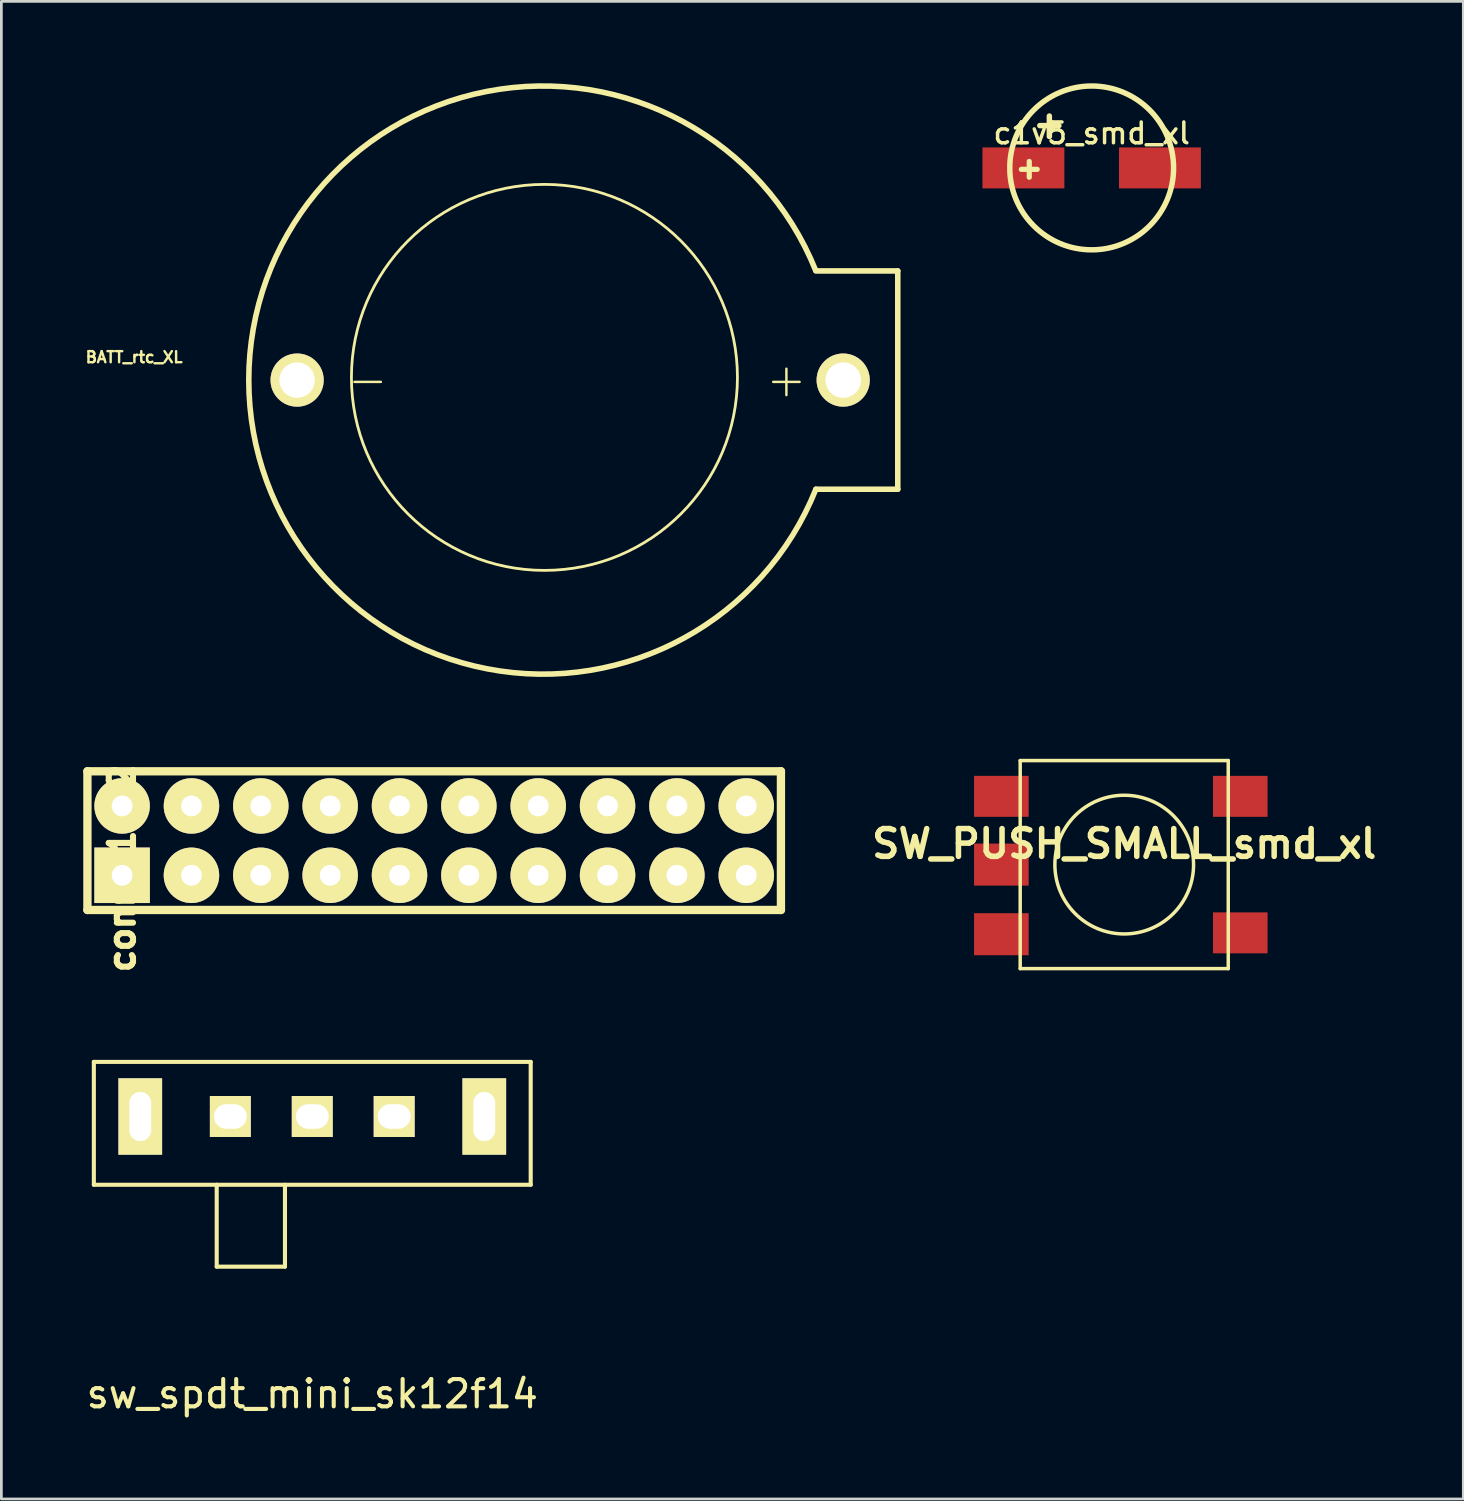
<source format=kicad_pcb>
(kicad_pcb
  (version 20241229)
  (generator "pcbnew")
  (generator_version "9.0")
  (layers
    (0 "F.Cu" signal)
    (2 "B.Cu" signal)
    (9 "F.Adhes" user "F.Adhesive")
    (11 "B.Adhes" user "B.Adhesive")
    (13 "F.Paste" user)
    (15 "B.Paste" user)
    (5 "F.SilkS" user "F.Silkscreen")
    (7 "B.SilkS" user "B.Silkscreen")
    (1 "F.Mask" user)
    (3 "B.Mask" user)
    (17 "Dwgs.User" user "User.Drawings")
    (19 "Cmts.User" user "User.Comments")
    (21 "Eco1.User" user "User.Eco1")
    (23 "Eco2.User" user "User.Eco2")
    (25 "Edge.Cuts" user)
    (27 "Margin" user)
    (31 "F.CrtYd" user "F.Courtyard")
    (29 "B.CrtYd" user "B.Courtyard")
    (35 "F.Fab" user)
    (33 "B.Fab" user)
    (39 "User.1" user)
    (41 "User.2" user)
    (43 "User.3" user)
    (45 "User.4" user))
  (footprint "c1v5_smd_xl"
    (layer "F.Cu")
    (at 36.933 3.1)
    (property "Reference" "c1v5_smd_xl" (at 0 -1.267 0) (layer "F.SilkS") (effects (font (size 0.762 0.762) (thickness 0.127))))
    (attr through_hole)
    (fp_line (start -1.9 -1.55) (end -1.2 -1.55) (stroke (width 0.2) (type solid)) (layer "F.SilkS"))
    (fp_line (start -1.55 -1.15) (end -1.55 -1.9) (stroke (width 0.2) (type solid)) (layer "F.SilkS"))
    (fp_circle (center 0 0) (end -3 0) (stroke (width 0.2) (type solid)) (fill no) (layer "F.SilkS"))
    (fp_text user "+" (at -2.286 0 0) (layer "F.SilkS") (effects (font (size 0.762 0.762) (thickness 0.191))))
    (pad "1" smd rect (at -2.5 0) (size 3 1.5) (layers "F.Cu" "F.Mask" "F.Paste"))
    (pad "2" smd rect (at 2.5 0) (size 3 1.501) (layers "F.Cu" "F.Mask" "F.Paste")))
  (footprint "conn-10x2"
    (layer "F.Cu")
    (at 1.422 29.008)
    (property "Reference" "conn-10x2" (at 0 -0.254 270) (layer "F.SilkS") (effects (font (size 0.889 0.889) (thickness 0.305))))
    (attr through_hole)
    (fp_line (start -1.27 -3.81) (end -1.27 1.27) (stroke (width 0.305) (type solid)) (layer "F.SilkS"))
    (fp_line (start -1.27 1.27) (end 24.13 1.27) (stroke (width 0.305) (type solid)) (layer "F.SilkS"))
    (fp_line (start 24.13 -3.81) (end -1.27 -3.81) (stroke (width 0.305) (type solid)) (layer "F.SilkS"))
    (fp_line (start 24.13 1.27) (end 24.13 -3.81) (stroke (width 0.305) (type solid)) (layer "F.SilkS"))
    (pad "1" thru_hole rect (at 0 0) (size 2.032 2.032) (drill 0.762) (layers "*.Cu" "*.Mask" "F.SilkS"))
    (pad "2" thru_hole circle (at 0 -2.54 180) (size 2.032 2.032) (drill 0.762) (layers "*.Cu" "*.Mask" "F.SilkS"))
    (pad "3" thru_hole circle (at 2.54 0) (size 2.032 2.032) (drill 0.762) (layers "*.Cu" "*.Mask" "F.SilkS"))
    (pad "4" thru_hole circle (at 2.54 -2.54 180) (size 2.032 2.032) (drill 0.762) (layers "*.Cu" "*.Mask" "F.SilkS"))
    (pad "5" thru_hole circle (at 5.08 0) (size 2.032 2.032) (drill 0.762) (layers "*.Cu" "*.Mask" "F.SilkS"))
    (pad "6" thru_hole circle (at 5.08 -2.54 180) (size 2.032 2.032) (drill 0.762) (layers "*.Cu" "*.Mask" "F.SilkS"))
    (pad "7" thru_hole circle (at 7.62 0) (size 2.032 2.032) (drill 0.762) (layers "*.Cu" "*.Mask" "F.SilkS"))
    (pad "8" thru_hole circle (at 7.62 -2.54 180) (size 2.032 2.032) (drill 0.762) (layers "*.Cu" "*.Mask" "F.SilkS"))
    (pad "9" thru_hole circle (at 10.16 0) (size 2.032 2.032) (drill 0.762) (layers "*.Cu" "*.Mask" "F.SilkS"))
    (pad "10" thru_hole circle (at 10.16 -2.54 180) (size 2.032 2.032) (drill 0.762) (layers "*.Cu" "*.Mask" "F.SilkS"))
    (pad "11" thru_hole circle (at 12.7 0) (size 2.032 2.032) (drill 0.762) (layers "*.Cu" "*.Mask" "F.SilkS"))
    (pad "12" thru_hole circle (at 12.7 -2.54 180) (size 2.032 2.032) (drill 0.762) (layers "*.Cu" "*.Mask" "F.SilkS"))
    (pad "13" thru_hole circle (at 15.24 0) (size 2.032 2.032) (drill 0.762) (layers "*.Cu" "*.Mask" "F.SilkS"))
    (pad "14" thru_hole circle (at 15.24 -2.54 180) (size 2.032 2.032) (drill 0.762) (layers "*.Cu" "*.Mask" "F.SilkS"))
    (pad "15" thru_hole circle (at 17.78 0) (size 2.032 2.032) (drill 0.762) (layers "*.Cu" "*.Mask" "F.SilkS"))
    (pad "16" thru_hole circle (at 17.78 -2.54 180) (size 2.032 2.032) (drill 0.762) (layers "*.Cu" "*.Mask" "F.SilkS"))
    (pad "17" thru_hole circle (at 20.32 0) (size 2.032 2.032) (drill 0.762) (layers "*.Cu" "*.Mask" "F.SilkS"))
    (pad "18" thru_hole circle (at 20.32 -2.54 180) (size 2.032 2.032) (drill 0.762) (layers "*.Cu" "*.Mask" "F.SilkS"))
    (pad "19" thru_hole circle (at 22.86 0) (size 2.032 2.032) (drill 0.762) (layers "*.Cu" "*.Mask" "F.SilkS"))
    (pad "20" thru_hole circle (at 22.86 -2.54 180) (size 2.032 2.032) (drill 0.762) (layers "*.Cu" "*.Mask" "F.SilkS")))
  (footprint "SW_PUSH_SMALL_smd_xl"
    (layer "F.Cu")
    (at 38.125 28.616)
    (property "Reference" "SW_PUSH_SMALL_smd_xl" (at 0 -0.762 0) (layer "F.SilkS") (effects (font (size 1.016 1.016) (thickness 0.203))))
    (attr through_hole)
    (fp_line (start -3.81 -3.81) (end -3.81 3.81) (stroke (width 0.127) (type solid)) (layer "F.SilkS"))
    (fp_line (start -3.81 -3.81) (end 3.81 -3.81) (stroke (width 0.127) (type solid)) (layer "F.SilkS"))
    (fp_line (start 3.81 -3.81) (end 3.81 3.81) (stroke (width 0.127) (type solid)) (layer "F.SilkS"))
    (fp_line (start 3.81 3.81) (end -3.81 3.81) (stroke (width 0.127) (type solid)) (layer "F.SilkS"))
    (fp_circle (center 0 0) (end 0 -2.54) (stroke (width 0.127) (type solid)) (fill no) (layer "F.SilkS"))
    (pad "1" smd rect (at -4.5 -2.5) (size 2 1.5) (layers "F.Cu" "F.Mask" "F.Paste"))
    (pad "1" smd rect (at 4.25 -2.5) (size 2 1.5) (layers "F.Cu" "F.Mask" "F.Paste"))
    (pad "2" smd rect (at -4.5 2.55) (size 2 1.54) (layers "F.Cu" "F.Mask" "F.Paste"))
    (pad "2" smd rect (at 4.25 2.5) (size 2 1.5) (layers "F.Cu" "F.Mask" "F.Paste"))
    (pad "3" smd rect (at -4.5 0) (size 2 1.54) (layers "F.Cu" "F.Mask" "F.Paste")))
  (footprint "sw_spdt_mini_sk12f14"
    (layer "F.Cu")
    (at 8.387 37.842)
    (property "Reference" "sw_spdt_mini_sk12f14" (at 0 10.16 0) (layer "F.SilkS") (effects (font (size 1 1) (thickness 0.15))))
    (attr through_hole)
    (fp_line (start -8 -2) (end -8 2.5) (stroke (width 0.15) (type solid)) (layer "F.SilkS"))
    (fp_line (start -8 2.5) (end 8 2.5) (stroke (width 0.15) (type solid)) (layer "F.SilkS"))
    (fp_line (start -3.5 2.5) (end -3.5 5.5) (stroke (width 0.15) (type solid)) (layer "F.SilkS"))
    (fp_line (start -3.5 5.5) (end -1 5.5) (stroke (width 0.15) (type solid)) (layer "F.SilkS"))
    (fp_line (start -1 5.5) (end -1 2.5) (stroke (width 0.15) (type solid)) (layer "F.SilkS"))
    (fp_line (start 8 -2) (end -8 -2) (stroke (width 0.15) (type solid)) (layer "F.SilkS"))
    (fp_line (start 8 2.5) (end 8 -2) (stroke (width 0.15) (type solid)) (layer "F.SilkS"))
    (pad "1" thru_hole rect (at -3 0) (size 1.5 1.5) (drill oval 1.2 0.9) (layers "*.Cu" "*.Mask" "F.SilkS"))
    (pad "2" thru_hole rect (at 0 0) (size 1.5 1.5) (drill oval 1.2 0.9) (layers "*.Cu" "*.Mask" "F.SilkS"))
    (pad "3" thru_hole rect (at 3 0) (size 1.5 1.5) (drill oval 1.2 0.9) (layers "*.Cu" "*.Mask" "F.SilkS"))
    (pad "NC" thru_hole rect (at -6.3 0) (size 1.6 2.8) (drill oval 0.8 1.8) (layers "*.Cu" "*.Mask" "F.SilkS"))
    (pad "NC" thru_hole rect (at 6.3 0) (size 1.6 2.8) (drill oval 0.8 1.8) (layers "*.Cu" "*.Mask" "F.SilkS")))
  (footprint "BATT_rtc_XL"
    (layer "F.Cu")
    (at 7.832 10.871)
    (property "Reference" "BATT_rtc_XL" (at -5.969 -0.838 0) (layer "F.SilkS") (effects (font (size 0.406 0.406) (thickness 0.089))))
    (attr exclude_from_pos_files exclude_from_bom)
    (fp_line (start 18.999 -3.998) (end 21.999 -3.998) (stroke (width 0.203) (type solid)) (layer "F.SilkS"))
    (fp_line (start 21.999 -3.998) (end 21.999 3.998) (stroke (width 0.203) (type solid)) (layer "F.SilkS"))
    (fp_line (start 21.999 3.998) (end 18.999 3.998) (stroke (width 0.203) (type solid)) (layer "F.SilkS"))
    (fp_arc (start 18.9992 3.99796) (mid -1.770328 0.01102) (end 18.990997 -4.018417) (stroke (width 0.2032) (type solid)) (layer "F.SilkS"))
    (fp_circle (center 9.058 -0.099) (end 14.056 -5.098) (stroke (width 0.102) (type solid)) (fill no) (layer "F.SilkS"))
    (fp_text user "-" (at 2.583 -0.033 0) (layer "F.SilkS") (effects (font (size 1.27 1.27) (thickness 0.089))))
    (fp_text user "+" (at 17.92 -0.033 0) (layer "F.SilkS") (effects (font (size 1.27 1.27) (thickness 0.089))))
    (pad "1" thru_hole circle (at 20 0) (size 1.948 1.948) (drill 1.298) (layers "*.Cu" "*.Mask" "F.SilkS" "F.Paste"))
    (pad "2" thru_hole circle (at 0 0) (size 1.948 1.948) (drill 1.298) (layers "*.Cu" "*.Mask" "F.SilkS" "F.Paste")))
  (gr_rect
    (start -3 -3)
    (end 50.544 51.85)
    (stroke (width 0.1) (type default))
    (fill no)
    (layer "Edge.Cuts")))
</source>
